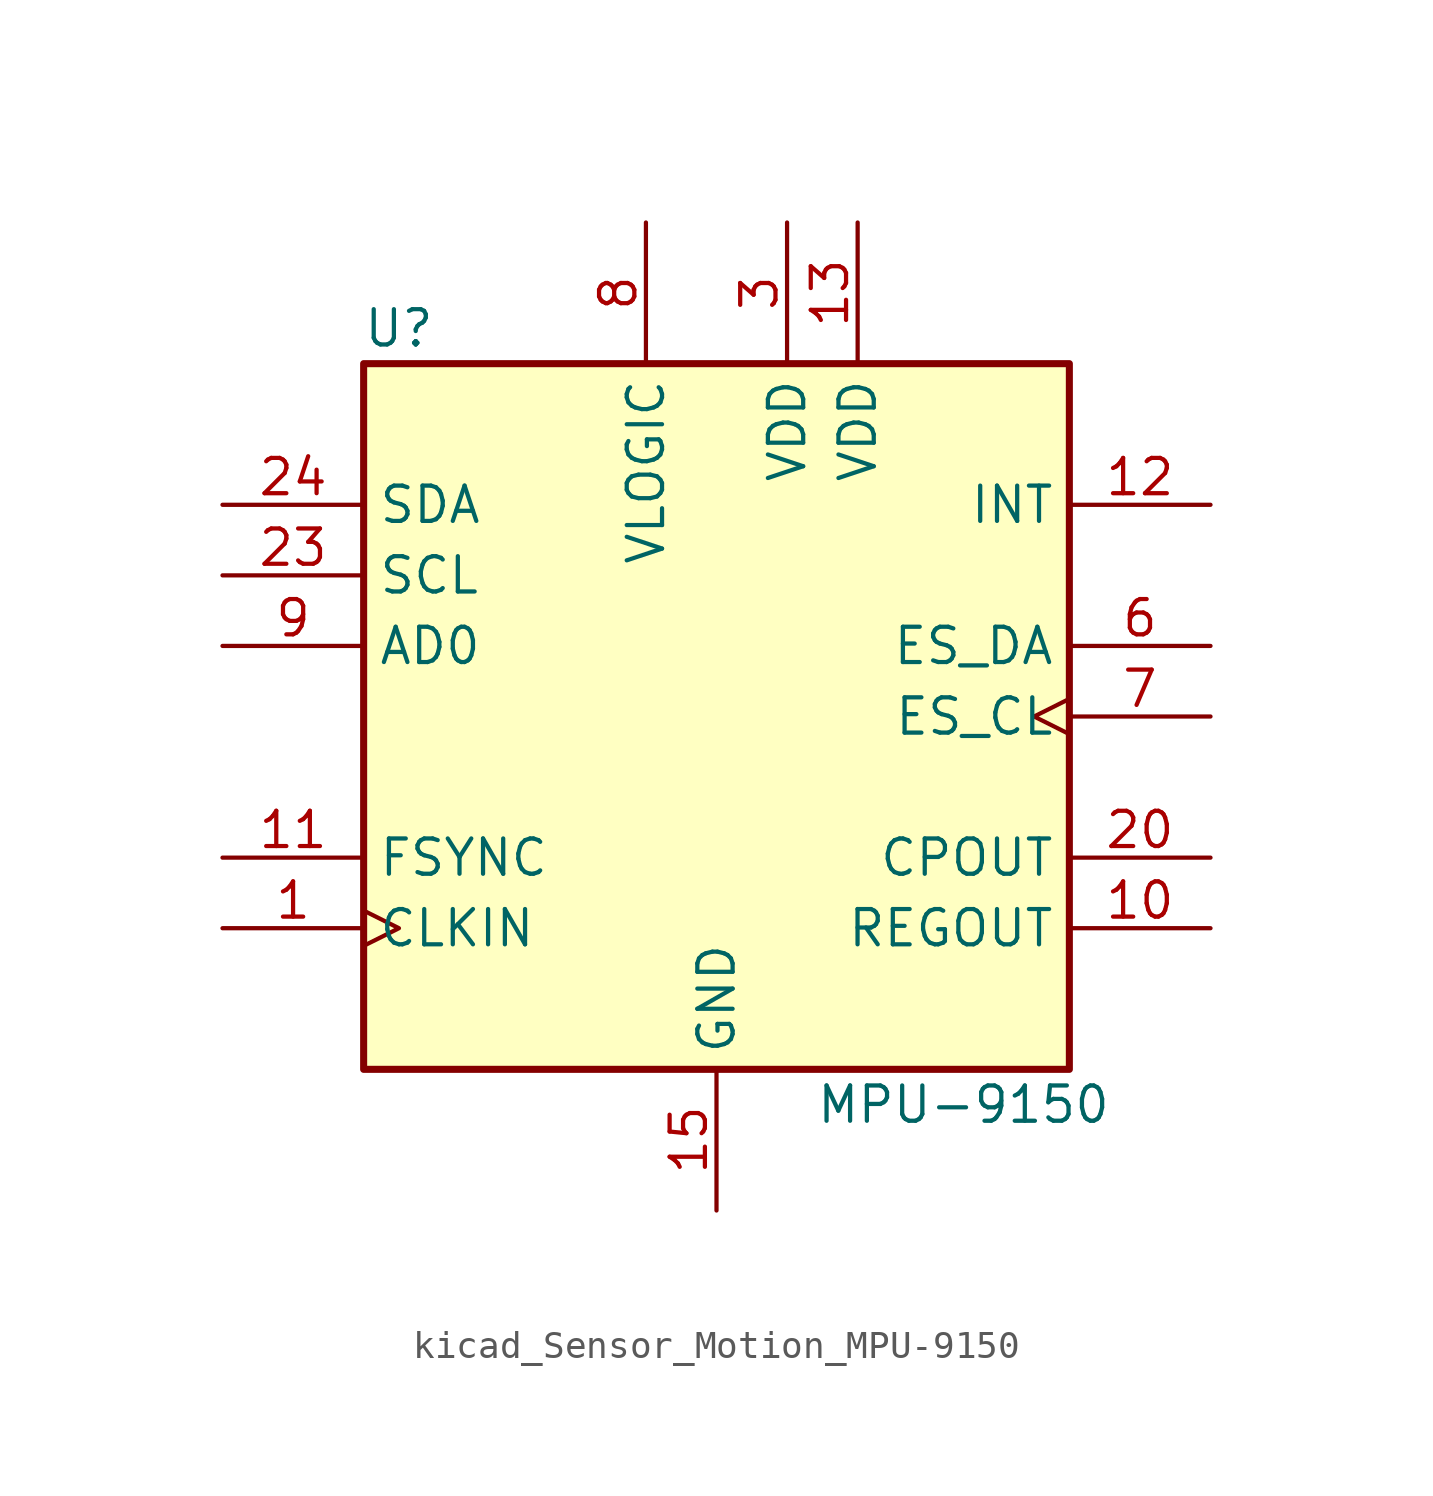
<source format=kicad_sym>
(kicad_symbol_lib
  (version 20220914)
  (generator kicad_symbol_editor)
  (symbol "kicad_Sensor_Motion_MPU-9150"
    (property "Reference" "U"
      (at -11.43 13.97 0)
      (effects (font (size 1.27 1.27))))
    (property "Value" "MPU-9150"
      (at 8.89 -13.97 0)
      (effects (font (size 1.27 1.27))))
    (symbol "kicad_Sensor_Motion_MPU-9150_0_1"
      (rectangle (start -12.7 12.7) (end 12.7 -12.7) (stroke (width 0.254) (type default)) (fill (type background))))
    (symbol "kicad_Sensor_Motion_MPU-9150_1_1"
      (pin input clock (at -17.78 -7.62 0) (length 5.08) (name "CLKIN" (effects (font (size 1.27 1.27)))) (number "1" (effects (font (size 1.27 1.27)))))
      (pin passive line (at 17.78 -7.62 180) (length 5.08) (name "REGOUT" (effects (font (size 1.27 1.27)))) (number "10" (effects (font (size 1.27 1.27)))))
      (pin input line (at -17.78 -5.08 0) (length 5.08) (name "FSYNC" (effects (font (size 1.27 1.27)))) (number "11" (effects (font (size 1.27 1.27)))))
      (pin output line (at 17.78 7.62 180) (length 5.08) (name "INT" (effects (font (size 1.27 1.27)))) (number "12" (effects (font (size 1.27 1.27)))))
      (pin power_in line (at 5.08 17.78 270) (length 5.08) (name "VDD" (effects (font (size 1.27 1.27)))) (number "13" (effects (font (size 1.27 1.27)))))
      (pin power_in line (at 0 -17.78 90) (length 5.08) (name "GND" (effects (font (size 1.27 1.27)))) (number "15" (effects (font (size 1.27 1.27)))))
      (pin passive line (at 0 -17.78 90) (length 5.08) hide (name "GND" (effects (font (size 1.27 1.27)))) (number "17" (effects (font (size 1.27 1.27)))))
      (pin passive line (at 0 -17.78 90) (length 5.08) hide (name "GND" (effects (font (size 1.27 1.27)))) (number "18" (effects (font (size 1.27 1.27)))))
      (pin passive line (at 17.78 -5.08 180) (length 5.08) (name "CPOUT" (effects (font (size 1.27 1.27)))) (number "20" (effects (font (size 1.27 1.27)))))
      (pin input line (at -17.78 5.08 0) (length 5.08) (name "SCL" (effects (font (size 1.27 1.27)))) (number "23" (effects (font (size 1.27 1.27)))))
      (pin bidirectional line (at -17.78 7.62 0) (length 5.08) (name "SDA" (effects (font (size 1.27 1.27)))) (number "24" (effects (font (size 1.27 1.27)))))
      (pin power_in line (at 2.54 17.78 270) (length 5.08) (name "VDD" (effects (font (size 1.27 1.27)))) (number "3" (effects (font (size 1.27 1.27)))))
      (pin bidirectional line (at 17.78 2.54 180) (length 5.08) (name "ES_DA" (effects (font (size 1.27 1.27)))) (number "6" (effects (font (size 1.27 1.27)))))
      (pin output clock (at 17.78 0 180) (length 5.08) (name "ES_CL" (effects (font (size 1.27 1.27)))) (number "7" (effects (font (size 1.27 1.27)))))
      (pin power_in line (at -2.54 17.78 270) (length 5.08) (name "VLOGIC" (effects (font (size 1.27 1.27)))) (number "8" (effects (font (size 1.27 1.27)))))
      (pin input line (at -17.78 2.54 0) (length 5.08) (name "AD0" (effects (font (size 1.27 1.27)))) (number "9" (effects (font (size 1.27 1.27))))))))
</source>
